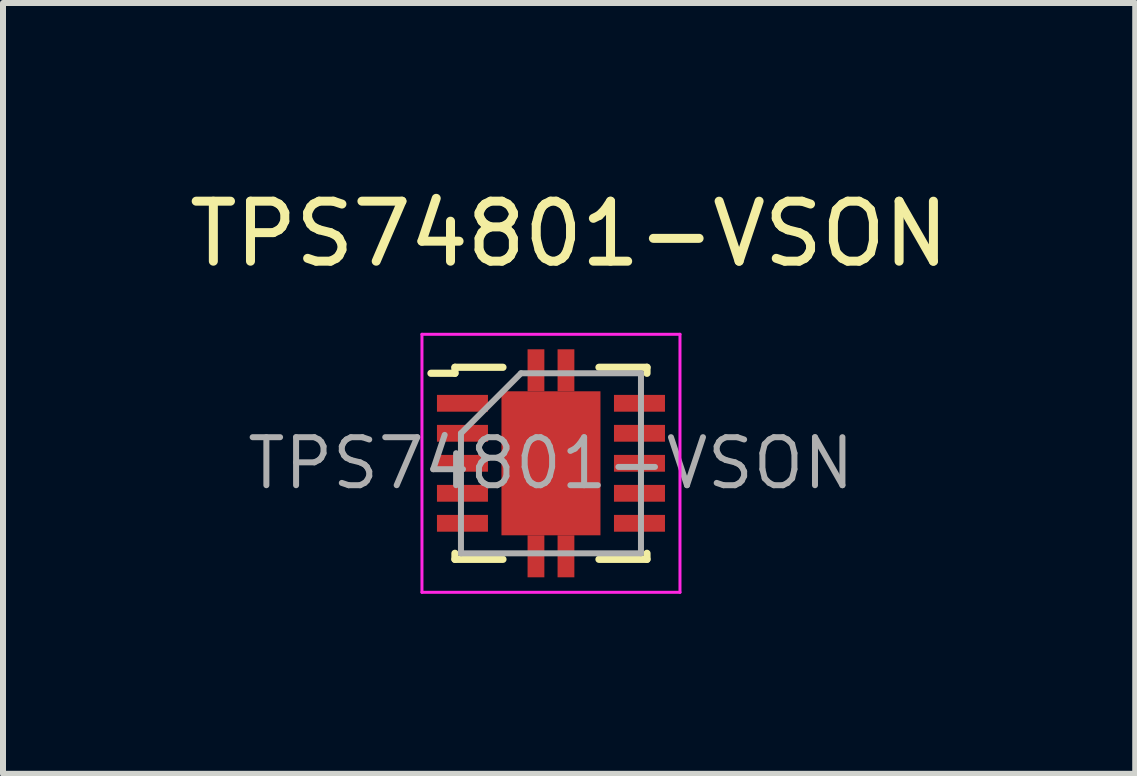
<source format=kicad_pcb>
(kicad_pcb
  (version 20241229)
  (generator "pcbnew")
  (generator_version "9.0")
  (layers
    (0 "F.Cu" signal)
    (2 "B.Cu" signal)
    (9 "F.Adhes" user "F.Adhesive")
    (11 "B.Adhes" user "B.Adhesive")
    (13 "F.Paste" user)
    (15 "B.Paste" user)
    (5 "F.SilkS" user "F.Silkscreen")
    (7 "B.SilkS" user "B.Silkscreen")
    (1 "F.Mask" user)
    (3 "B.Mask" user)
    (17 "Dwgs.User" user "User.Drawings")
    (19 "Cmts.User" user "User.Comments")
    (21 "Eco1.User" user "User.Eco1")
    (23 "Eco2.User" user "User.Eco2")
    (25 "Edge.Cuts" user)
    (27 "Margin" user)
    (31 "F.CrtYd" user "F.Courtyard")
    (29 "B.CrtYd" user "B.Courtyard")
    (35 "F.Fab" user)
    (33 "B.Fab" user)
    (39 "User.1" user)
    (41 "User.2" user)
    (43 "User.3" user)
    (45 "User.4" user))
  (footprint "TPS74801-VSON"
    (layer "F.Cu")
    (at 5.675 4.455)
    (property "Reference" "TPS74801-VSON" (at 0.759 -3.607 0) (layer "F.SilkS") (effects (font (size 1 1) (thickness 0.15))))
    (attr through_hole)
    (fp_line (start -1.143 -1.384) (end -1.143 -1.284) (stroke (width 0.12) (type solid)) (layer "F.SilkS"))
    (fp_line (start -1.143 -1.284) (end -1.543 -1.284) (stroke (width 0.12) (type solid)) (layer "F.SilkS"))
    (fp_line (start -1.143 1.716) (end -1.143 1.816) (stroke (width 0.12) (type solid)) (layer "F.SilkS"))
    (fp_line (start -1.143 1.816) (end -0.343 1.816) (stroke (width 0.12) (type solid)) (layer "F.SilkS"))
    (fp_line (start -0.343 -1.384) (end -1.143 -1.384) (stroke (width 0.12) (type solid)) (layer "F.SilkS"))
    (fp_line (start 1.257 -1.384) (end 2.057 -1.384) (stroke (width 0.12) (type solid)) (layer "F.SilkS"))
    (fp_line (start 1.257 1.816) (end 2.057 1.816) (stroke (width 0.12) (type solid)) (layer "F.SilkS"))
    (fp_line (start 2.057 -1.384) (end 2.057 -1.284) (stroke (width 0.12) (type solid)) (layer "F.SilkS"))
    (fp_line (start 2.057 1.816) (end 2.057 1.716) (stroke (width 0.12) (type solid)) (layer "F.SilkS"))
    (fp_line (start -1.693 -1.934) (end 2.607 -1.934) (stroke (width 0.05) (type solid)) (layer "F.CrtYd"))
    (fp_line (start -1.693 2.366) (end -1.693 -1.934) (stroke (width 0.05) (type solid)) (layer "F.CrtYd"))
    (fp_line (start 2.607 -1.934) (end 2.607 2.366) (stroke (width 0.05) (type solid)) (layer "F.CrtYd"))
    (fp_line (start 2.607 2.366) (end -1.693 2.366) (stroke (width 0.05) (type solid)) (layer "F.CrtYd"))
    (fp_line (start -1.043 -0.284) (end -1.043 1.716) (stroke (width 0.1) (type solid)) (layer "F.Fab"))
    (fp_line (start -1.043 -0.284) (end -0.043 -1.284) (stroke (width 0.1) (type solid)) (layer "F.Fab"))
    (fp_line (start -1.043 1.716) (end 1.957 1.716) (stroke (width 0.1) (type solid)) (layer "F.Fab"))
    (fp_line (start -0.043 -1.284) (end 1.957 -1.284) (stroke (width 0.1) (type solid)) (layer "F.Fab"))
    (fp_line (start 1.957 -1.284) (end 1.957 1.716) (stroke (width 0.1) (type solid)) (layer "F.Fab"))
    (fp_text user "${REFERENCE}" (at 0.457 0.216 0) (layer "F.Fab") (effects (font (size 0.8 0.8) (thickness 0.1))))
    (pad "" smd rect (at 0.045 -0.584) (size 0.64 0.64) (layers "F.Paste"))
    (pad "" smd rect (at 0.045 0.216) (size 0.64 0.64) (layers "F.Paste"))
    (pad "" smd rect (at 0.045 1.016) (size 0.64 0.64) (layers "F.Paste"))
    (pad "" smd rect (at 0.87 -0.584) (size 0.64 0.64) (layers "F.Paste"))
    (pad "" smd rect (at 0.87 0.216) (size 0.64 0.64) (layers "F.Paste"))
    (pad "" smd rect (at 0.87 1.016) (size 0.64 0.64) (layers "F.Paste"))
    (pad "1" smd rect (at -1.018 -0.784) (size 0.85 0.28) (layers "F.Cu" "F.Mask" "F.Paste"))
    (pad "2" smd rect (at -1.018 -0.284) (size 0.85 0.28) (layers "F.Cu" "F.Mask" "F.Paste"))
    (pad "3" smd rect (at -1.018 0.216) (size 0.85 0.28) (layers "F.Cu" "F.Mask" "F.Paste"))
    (pad "4" smd rect (at -1.018 0.716) (size 0.85 0.28) (layers "F.Cu" "F.Mask" "F.Paste"))
    (pad "5" smd rect (at -1.018 1.216) (size 0.85 0.28) (layers "F.Cu" "F.Mask" "F.Paste"))
    (pad "6" smd rect (at 1.932 1.216) (size 0.85 0.28) (layers "F.Cu" "F.Mask" "F.Paste"))
    (pad "7" smd rect (at 1.932 0.716) (size 0.85 0.28) (layers "F.Cu" "F.Mask" "F.Paste"))
    (pad "8" smd rect (at 1.932 0.216) (size 0.85 0.28) (layers "F.Cu" "F.Mask" "F.Paste"))
    (pad "9" smd rect (at 1.932 -0.284) (size 0.85 0.28) (layers "F.Cu" "F.Mask" "F.Paste"))
    (pad "10" smd rect (at 1.932 -0.784) (size 0.85 0.28) (layers "F.Cu" "F.Mask" "F.Paste"))
    (pad "11" smd rect (at 0.207 -1.334) (size 0.28 0.7) (layers "F.Cu" "F.Mask" "F.Paste"))
    (pad "11" smd rect (at 0.207 1.766) (size 0.28 0.7) (layers "F.Cu" "F.Mask" "F.Paste"))
    (pad "11" smd rect (at 0.457 0.216) (size 1.65 2.4) (layers "F.Cu" "F.Mask"))
    (pad "11" smd rect (at 0.707 -1.334) (size 0.28 0.7) (layers "F.Cu" "F.Mask" "F.Paste"))
    (pad "11" smd rect (at 0.707 1.766) (size 0.28 0.7) (layers "F.Cu" "F.Mask" "F.Paste")))
  (gr_rect
    (start -3 -3)
    (end 15.869 9.846)
    (stroke (width 0.1) (type default))
    (fill no)
    (layer "Edge.Cuts")))
</source>
